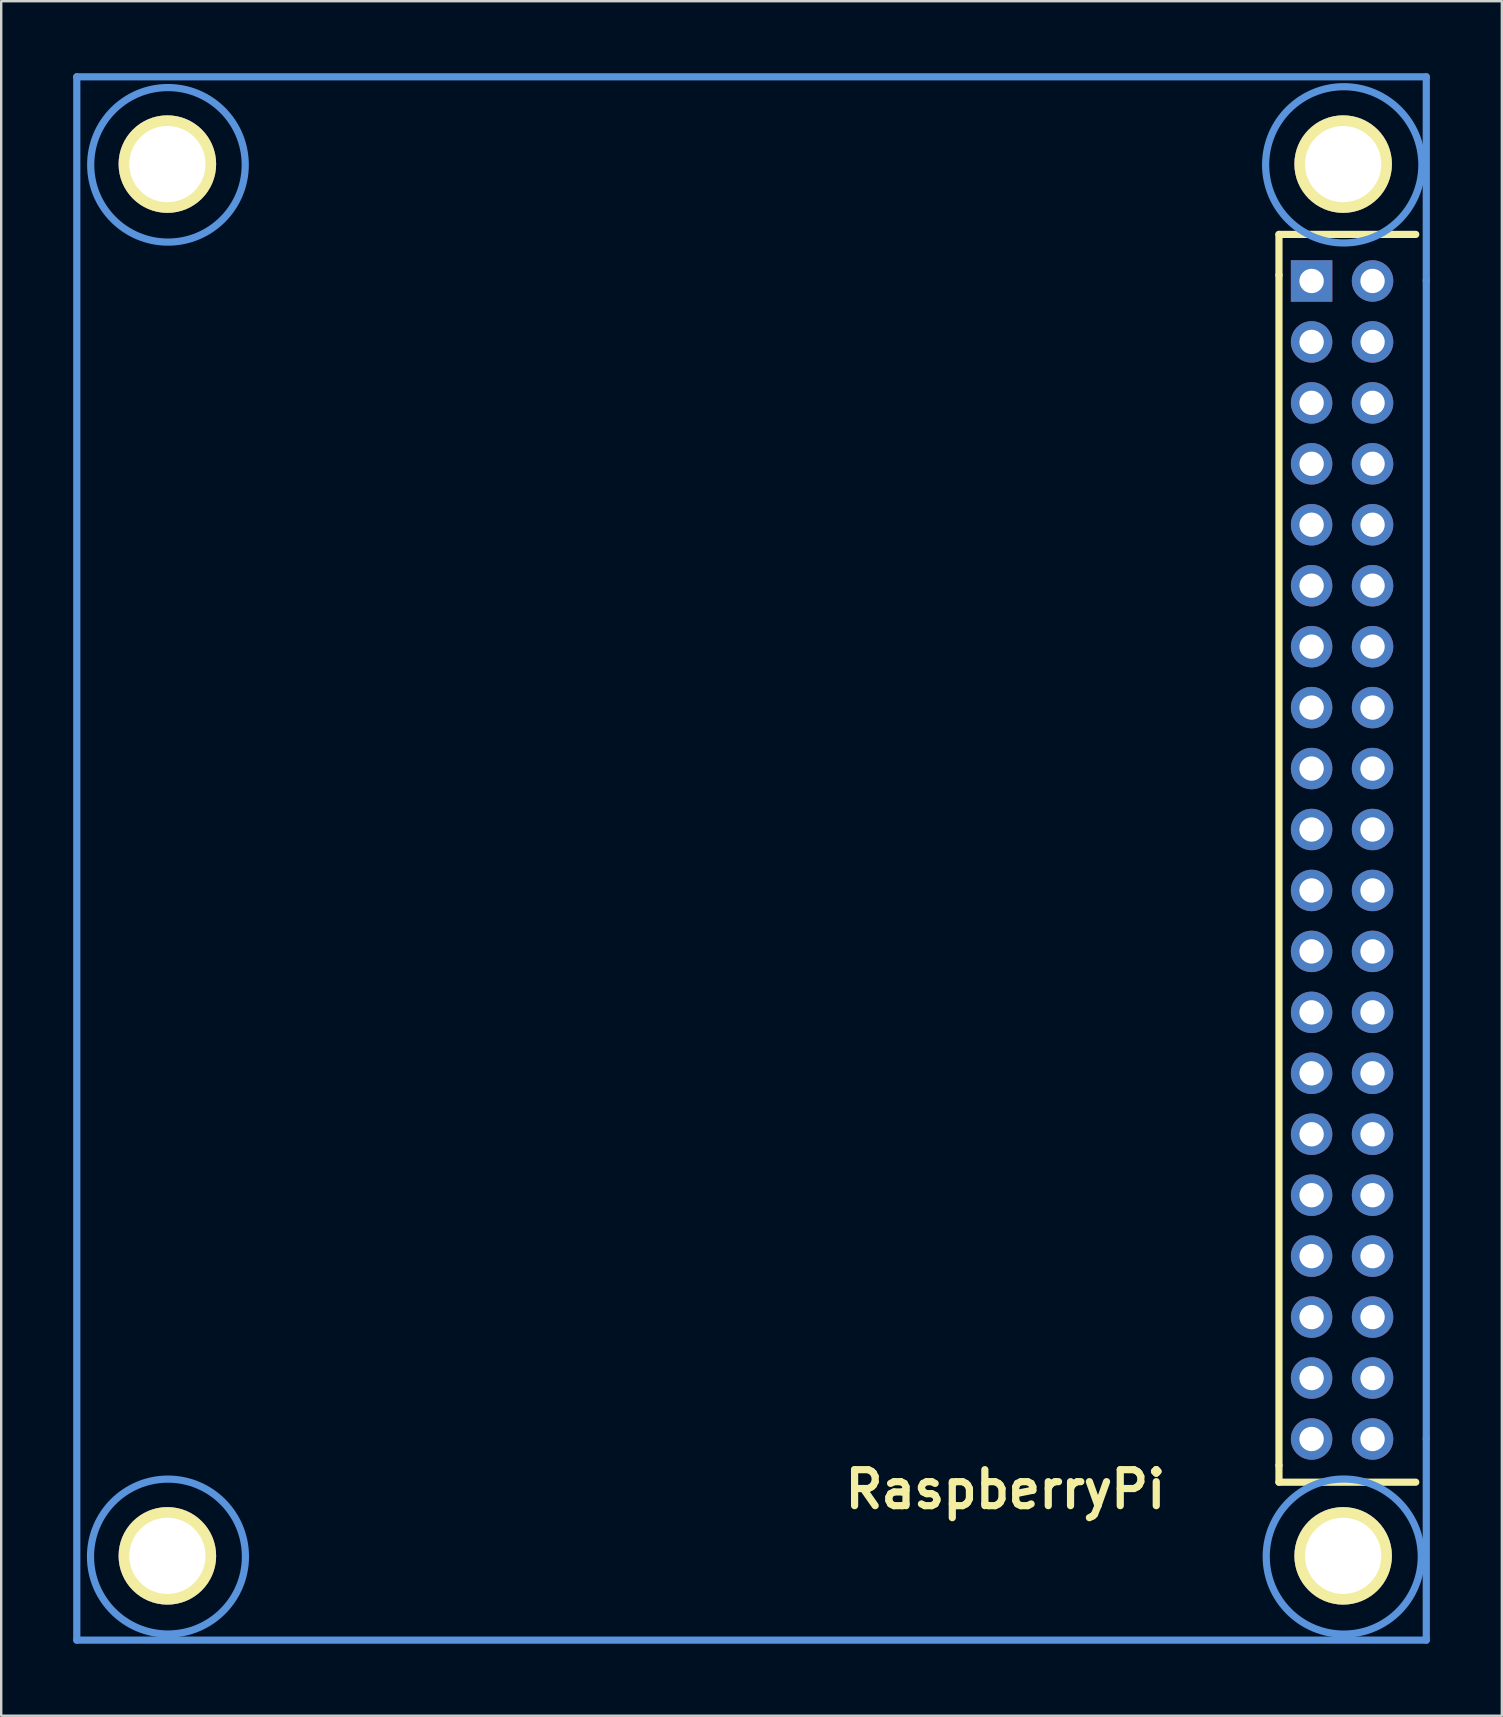
<source format=kicad_pcb>
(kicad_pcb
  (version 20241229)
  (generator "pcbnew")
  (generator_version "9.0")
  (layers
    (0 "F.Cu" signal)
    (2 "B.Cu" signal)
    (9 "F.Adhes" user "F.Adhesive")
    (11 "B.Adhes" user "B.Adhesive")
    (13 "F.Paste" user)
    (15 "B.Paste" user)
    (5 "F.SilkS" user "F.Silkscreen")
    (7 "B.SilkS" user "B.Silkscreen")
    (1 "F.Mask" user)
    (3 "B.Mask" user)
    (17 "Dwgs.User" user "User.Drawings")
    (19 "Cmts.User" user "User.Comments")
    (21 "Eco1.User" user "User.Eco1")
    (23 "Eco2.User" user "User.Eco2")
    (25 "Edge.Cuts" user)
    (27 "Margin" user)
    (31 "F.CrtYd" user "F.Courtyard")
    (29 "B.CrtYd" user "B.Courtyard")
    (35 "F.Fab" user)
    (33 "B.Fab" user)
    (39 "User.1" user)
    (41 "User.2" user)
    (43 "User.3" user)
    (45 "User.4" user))
  (footprint "RaspberryPi"
    (layer "F.Cu")
    (at 54.15 56.919)
    (property "Reference" "RaspberryPi" (at -15.3 2.1 180) (layer "F.SilkS") (effects (font (size 1.5 1.5) (thickness 0.3))))
    (attr through_hole)
    (fp_line (start -3.9 -50.2) (end 1.8 -50.2) (stroke (width 0.3) (type solid)) (layer "F.SilkS"))
    (fp_line (start -3.9 -48.5) (end -3.9 -50.2) (stroke (width 0.3) (type solid)) (layer "F.SilkS"))
    (fp_line (start -3.9 -48.5) (end -3.9 1.1) (stroke (width 0.3) (type solid)) (layer "F.SilkS"))
    (fp_line (start -3.9 1.1) (end -3.9 1.8) (stroke (width 0.3) (type solid)) (layer "F.SilkS"))
    (fp_line (start -3.9 1.8) (end 1.8 1.8) (stroke (width 0.3) (type solid)) (layer "F.SilkS"))
    (fp_line (start -54 -56.769) (end -54 8.382) (stroke (width 0.3) (type solid)) (layer "Cmts.User"))
    (fp_line (start -54 -56.769) (end 2.239 -56.769) (stroke (width 0.3) (type solid)) (layer "Cmts.User"))
    (fp_line (start 2.239 -56.769) (end 2.239 -48.26) (stroke (width 0.3) (type solid)) (layer "Cmts.User"))
    (fp_line (start 2.239 -48.3) (end 2.239 0) (stroke (width 0.3) (type solid)) (layer "Cmts.User"))
    (fp_line (start 2.239 8.382) (end -54 8.382) (stroke (width 0.3) (type solid)) (layer "Cmts.User"))
    (fp_line (start 2.239 8.382) (end 2.239 0) (stroke (width 0.3) (type solid)) (layer "Cmts.User"))
    (fp_circle (center -50.2 -53.1) (end -47.6 -51.2) (stroke (width 0.3) (type solid)) (fill no) (layer "Cmts.User"))
    (fp_circle (center -50.2 4.9) (end -47.1 4) (stroke (width 0.3) (type solid)) (fill no) (layer "Cmts.User"))
    (fp_circle (center -1.2 -53.1) (end -1.8 -49.9) (stroke (width 0.3) (type solid)) (fill no) (layer "Cmts.User"))
    (fp_circle (center -1.2 4.9) (end -4.2 6.1) (stroke (width 0.3) (type solid)) (fill no) (layer "Cmts.User"))
    (pad "" thru_hole circle (at -50.225 -53.13) (size 4.064 4.064) (drill 3.175) (layers "*.Cu" "*.Mask" "F.SilkS"))
    (pad "" thru_hole circle (at -50.225 4.87) (size 4.064 4.064) (drill 3.175) (layers "*.Cu" "*.Mask" "F.SilkS"))
    (pad "" thru_hole circle (at -1.225 -53.13) (size 4.064 4.064) (drill 3.175) (layers "*.Cu" "*.Mask" "F.SilkS"))
    (pad "" thru_hole circle (at -1.225 4.87) (size 4.064 4.064) (drill 3.175) (layers "*.Cu" "*.Mask" "F.SilkS"))
    (pad "1" thru_hole rect (at -2.54 -48.26 270) (size 1.727 1.727) (drill 1.016) (layers "*.Cu" "*.Mask"))
    (pad "2" thru_hole oval (at 0 -48.26 270) (size 1.727 1.727) (drill 1.016) (layers "*.Cu" "*.Mask"))
    (pad "3" thru_hole oval (at -2.54 -45.72 270) (size 1.727 1.727) (drill 1.016) (layers "*.Cu" "*.Mask"))
    (pad "4" thru_hole oval (at 0 -45.72 270) (size 1.727 1.727) (drill 1.016) (layers "*.Cu" "*.Mask"))
    (pad "5" thru_hole oval (at -2.54 -43.18 270) (size 1.727 1.727) (drill 1.016) (layers "*.Cu" "*.Mask"))
    (pad "6" thru_hole oval (at 0 -43.18 270) (size 1.727 1.727) (drill 1.016) (layers "*.Cu" "*.Mask"))
    (pad "7" thru_hole oval (at -2.54 -40.64 270) (size 1.727 1.727) (drill 1.016) (layers "*.Cu" "*.Mask"))
    (pad "8" thru_hole oval (at 0 -40.64 270) (size 1.727 1.727) (drill 1.016) (layers "*.Cu" "*.Mask"))
    (pad "9" thru_hole oval (at -2.54 -38.1 270) (size 1.727 1.727) (drill 1.016) (layers "*.Cu" "*.Mask"))
    (pad "10" thru_hole oval (at 0 -38.1 270) (size 1.727 1.727) (drill 1.016) (layers "*.Cu" "*.Mask"))
    (pad "11" thru_hole oval (at -2.54 -35.56 270) (size 1.727 1.727) (drill 1.016) (layers "*.Cu" "*.Mask"))
    (pad "12" thru_hole oval (at 0 -35.56 270) (size 1.727 1.727) (drill 1.016) (layers "*.Cu" "*.Mask"))
    (pad "13" thru_hole oval (at -2.54 -33.02 270) (size 1.727 1.727) (drill 1.016) (layers "*.Cu" "*.Mask"))
    (pad "14" thru_hole oval (at 0 -33.02 270) (size 1.727 1.727) (drill 1.016) (layers "*.Cu" "*.Mask"))
    (pad "15" thru_hole oval (at -2.54 -30.48 270) (size 1.727 1.727) (drill 1.016) (layers "*.Cu" "*.Mask"))
    (pad "16" thru_hole oval (at 0 -30.48 270) (size 1.727 1.727) (drill 1.016) (layers "*.Cu" "*.Mask"))
    (pad "17" thru_hole oval (at -2.54 -27.94 270) (size 1.727 1.727) (drill 1.016) (layers "*.Cu" "*.Mask"))
    (pad "18" thru_hole oval (at 0 -27.94 270) (size 1.727 1.727) (drill 1.016) (layers "*.Cu" "*.Mask"))
    (pad "19" thru_hole oval (at -2.54 -25.4 270) (size 1.727 1.727) (drill 1.016) (layers "*.Cu" "*.Mask"))
    (pad "20" thru_hole oval (at 0 -25.4 270) (size 1.727 1.727) (drill 1.016) (layers "*.Cu" "*.Mask"))
    (pad "21" thru_hole oval (at -2.54 -22.86 270) (size 1.727 1.727) (drill 1.016) (layers "*.Cu" "*.Mask"))
    (pad "22" thru_hole oval (at 0 -22.86 270) (size 1.727 1.727) (drill 1.016) (layers "*.Cu" "*.Mask"))
    (pad "23" thru_hole oval (at -2.54 -20.32 270) (size 1.727 1.727) (drill 1.016) (layers "*.Cu" "*.Mask"))
    (pad "24" thru_hole oval (at 0 -20.32 270) (size 1.727 1.727) (drill 1.016) (layers "*.Cu" "*.Mask"))
    (pad "25" thru_hole oval (at -2.54 -17.78 270) (size 1.727 1.727) (drill 1.016) (layers "*.Cu" "*.Mask"))
    (pad "26" thru_hole oval (at 0 -17.78 270) (size 1.727 1.727) (drill 1.016) (layers "*.Cu" "*.Mask"))
    (pad "27" thru_hole oval (at -2.54 -15.24 270) (size 1.727 1.727) (drill 1.016) (layers "*.Cu" "*.Mask"))
    (pad "28" thru_hole oval (at 0 -15.24 270) (size 1.727 1.727) (drill 1.016) (layers "*.Cu" "*.Mask"))
    (pad "29" thru_hole oval (at -2.54 -12.7 270) (size 1.727 1.727) (drill 1.016) (layers "*.Cu" "*.Mask"))
    (pad "30" thru_hole oval (at 0 -12.7 270) (size 1.727 1.727) (drill 1.016) (layers "*.Cu" "*.Mask"))
    (pad "31" thru_hole oval (at -2.54 -10.16 270) (size 1.727 1.727) (drill 1.016) (layers "*.Cu" "*.Mask"))
    (pad "32" thru_hole oval (at 0 -10.16 270) (size 1.727 1.727) (drill 1.016) (layers "*.Cu" "*.Mask"))
    (pad "33" thru_hole oval (at -2.54 -7.62 270) (size 1.727 1.727) (drill 1.016) (layers "*.Cu" "*.Mask"))
    (pad "34" thru_hole oval (at 0 -7.62 270) (size 1.727 1.727) (drill 1.016) (layers "*.Cu" "*.Mask"))
    (pad "35" thru_hole oval (at -2.54 -5.08 270) (size 1.727 1.727) (drill 1.016) (layers "*.Cu" "*.Mask"))
    (pad "36" thru_hole oval (at 0 -5.08 270) (size 1.727 1.727) (drill 1.016) (layers "*.Cu" "*.Mask"))
    (pad "37" thru_hole oval (at -2.54 -2.54 270) (size 1.727 1.727) (drill 1.016) (layers "*.Cu" "*.Mask"))
    (pad "38" thru_hole oval (at 0 -2.54 270) (size 1.727 1.727) (drill 1.016) (layers "*.Cu" "*.Mask"))
    (pad "39" thru_hole oval (at -2.54 0 270) (size 1.727 1.727) (drill 1.016) (layers "*.Cu" "*.Mask"))
    (pad "40" thru_hole oval (at 0 0 270) (size 1.727 1.727) (drill 1.016) (layers "*.Cu" "*.Mask")))
  (gr_rect
    (start -3 -3)
    (end 59.539 68.451)
    (stroke (width 0.1) (type default))
    (fill no)
    (layer "Edge.Cuts")))
</source>
